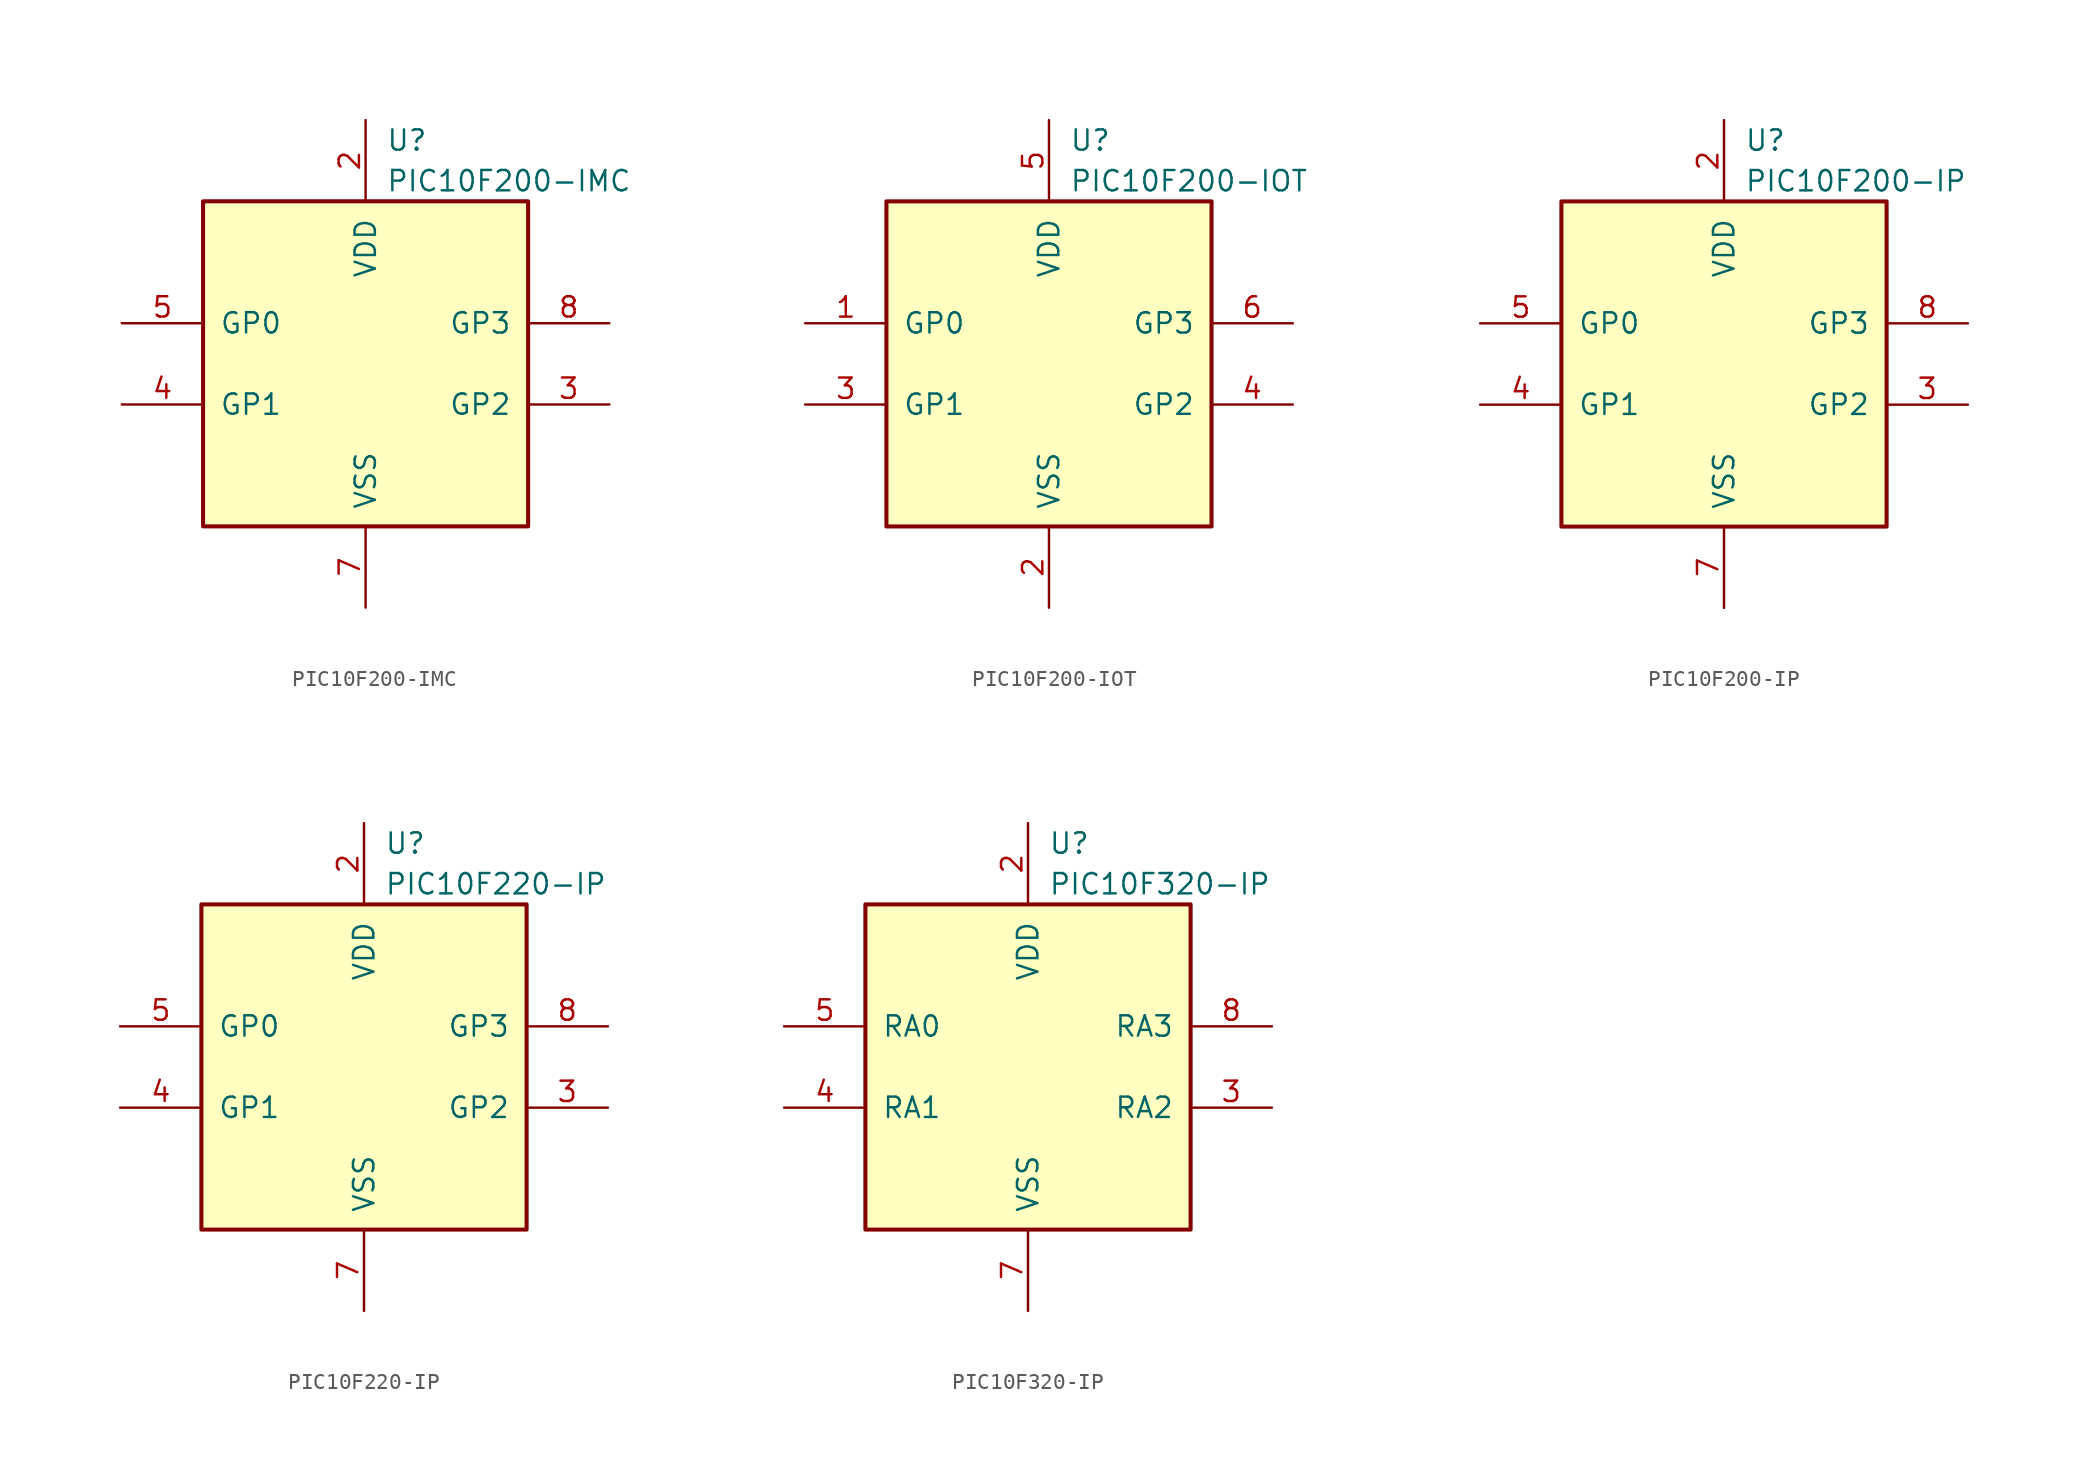
<source format=kicad_sym>
(kicad_symbol_lib
  (version 20201005)
  (generator kicad_symbol_editor)
  (symbol "PIC10F200-IMC"
    (pin_names
      (offset 1.016))
    (property "Reference" "U"
      (at 1.27 13.97 0)
      (effects (font (size 1.27 1.27)) (justify left)))
    (property "Value" "PIC10F200-IMC"
      (at 1.27 11.43 0)
      (effects (font (size 1.27 1.27)) (justify left)))
    (symbol "PIC10F200-IMC_0_1"
      (rectangle (start -10.16 10.16) (end 10.16 -10.16) (stroke (width 0.254)) (fill (type background))))
    (symbol "PIC10F200-IMC_1_1"
      (pin power_in line (at 0 15.24 270) (length 5.08) (name "VDD" (effects (font (size 1.27 1.27)))) (number "2" (effects (font (size 1.27 1.27)))))
      (pin bidirectional line (at 15.24 -2.54 180) (length 5.08) (name "GP2" (effects (font (size 1.27 1.27)))) (number "3" (effects (font (size 1.27 1.27)))))
      (pin bidirectional line (at -15.24 -2.54 0) (length 5.08) (name "GP1" (effects (font (size 1.27 1.27)))) (number "4" (effects (font (size 1.27 1.27)))))
      (pin bidirectional line (at -15.24 2.54 0) (length 5.08) (name "GP0" (effects (font (size 1.27 1.27)))) (number "5" (effects (font (size 1.27 1.27)))))
      (pin power_in line (at 0 -15.24 90) (length 5.08) (name "VSS" (effects (font (size 1.27 1.27)))) (number "7" (effects (font (size 1.27 1.27)))))
      (pin input line (at 15.24 2.54 180) (length 5.08) (name "GP3" (effects (font (size 1.27 1.27)))) (number "8" (effects (font (size 1.27 1.27)))))))
  (symbol "PIC10F200-IOT"
    (pin_names
      (offset 1.016))
    (property "Reference" "U"
      (at 1.27 13.97 0)
      (effects (font (size 1.27 1.27)) (justify left)))
    (property "Value" "PIC10F200-IOT"
      (at 1.27 11.43 0)
      (effects (font (size 1.27 1.27)) (justify left)))
    (symbol "PIC10F200-IOT_0_1"
      (rectangle (start -10.16 10.16) (end 10.16 -10.16) (stroke (width 0.254)) (fill (type background))))
    (symbol "PIC10F200-IOT_1_1"
      (pin bidirectional line (at -15.24 2.54 0) (length 5.08) (name "GP0" (effects (font (size 1.27 1.27)))) (number "1" (effects (font (size 1.27 1.27)))))
      (pin power_in line (at 0 -15.24 90) (length 5.08) (name "VSS" (effects (font (size 1.27 1.27)))) (number "2" (effects (font (size 1.27 1.27)))))
      (pin bidirectional line (at -15.24 -2.54 0) (length 5.08) (name "GP1" (effects (font (size 1.27 1.27)))) (number "3" (effects (font (size 1.27 1.27)))))
      (pin bidirectional line (at 15.24 -2.54 180) (length 5.08) (name "GP2" (effects (font (size 1.27 1.27)))) (number "4" (effects (font (size 1.27 1.27)))))
      (pin power_in line (at 0 15.24 270) (length 5.08) (name "VDD" (effects (font (size 1.27 1.27)))) (number "5" (effects (font (size 1.27 1.27)))))
      (pin input line (at 15.24 2.54 180) (length 5.08) (name "GP3" (effects (font (size 1.27 1.27)))) (number "6" (effects (font (size 1.27 1.27)))))))
  (symbol "PIC10F200-IP"
    (pin_names
      (offset 1.016))
    (property "Reference" "U"
      (at 1.27 13.97 0)
      (effects (font (size 1.27 1.27)) (justify left)))
    (property "Value" "PIC10F200-IP"
      (at 1.27 11.43 0)
      (effects (font (size 1.27 1.27)) (justify left)))
    (symbol "PIC10F200-IP_0_1"
      (rectangle (start -10.16 10.16) (end 10.16 -10.16) (stroke (width 0.254)) (fill (type background))))
    (symbol "PIC10F200-IP_1_1"
      (pin power_in line (at 0 15.24 270) (length 5.08) (name "VDD" (effects (font (size 1.27 1.27)))) (number "2" (effects (font (size 1.27 1.27)))))
      (pin bidirectional line (at 15.24 -2.54 180) (length 5.08) (name "GP2" (effects (font (size 1.27 1.27)))) (number "3" (effects (font (size 1.27 1.27)))))
      (pin bidirectional line (at -15.24 -2.54 0) (length 5.08) (name "GP1" (effects (font (size 1.27 1.27)))) (number "4" (effects (font (size 1.27 1.27)))))
      (pin bidirectional line (at -15.24 2.54 0) (length 5.08) (name "GP0" (effects (font (size 1.27 1.27)))) (number "5" (effects (font (size 1.27 1.27)))))
      (pin power_in line (at 0 -15.24 90) (length 5.08) (name "VSS" (effects (font (size 1.27 1.27)))) (number "7" (effects (font (size 1.27 1.27)))))
      (pin input line (at 15.24 2.54 180) (length 5.08) (name "GP3" (effects (font (size 1.27 1.27)))) (number "8" (effects (font (size 1.27 1.27)))))))
  (symbol "PIC10F220-IP"
    (pin_names
      (offset 1.016))
    (property "Reference" "U"
      (at 1.27 13.97 0)
      (effects (font (size 1.27 1.27)) (justify left)))
    (property "Value" "PIC10F220-IP"
      (at 1.27 11.43 0)
      (effects (font (size 1.27 1.27)) (justify left)))
    (symbol "PIC10F220-IP_0_1"
      (rectangle (start -10.16 10.16) (end 10.16 -10.16) (stroke (width 0.254)) (fill (type background))))
    (symbol "PIC10F220-IP_1_1"
      (pin power_in line (at 0 15.24 270) (length 5.08) (name "VDD" (effects (font (size 1.27 1.27)))) (number "2" (effects (font (size 1.27 1.27)))))
      (pin bidirectional line (at 15.24 -2.54 180) (length 5.08) (name "GP2" (effects (font (size 1.27 1.27)))) (number "3" (effects (font (size 1.27 1.27)))))
      (pin bidirectional line (at -15.24 -2.54 0) (length 5.08) (name "GP1" (effects (font (size 1.27 1.27)))) (number "4" (effects (font (size 1.27 1.27)))))
      (pin bidirectional line (at -15.24 2.54 0) (length 5.08) (name "GP0" (effects (font (size 1.27 1.27)))) (number "5" (effects (font (size 1.27 1.27)))))
      (pin power_in line (at 0 -15.24 90) (length 5.08) (name "VSS" (effects (font (size 1.27 1.27)))) (number "7" (effects (font (size 1.27 1.27)))))
      (pin input line (at 15.24 2.54 180) (length 5.08) (name "GP3" (effects (font (size 1.27 1.27)))) (number "8" (effects (font (size 1.27 1.27)))))))
  (symbol "PIC10F320-IP"
    (pin_names
      (offset 1.016))
    (property "Reference" "U"
      (at 1.27 13.97 0)
      (effects (font (size 1.27 1.27)) (justify left)))
    (property "Value" "PIC10F320-IP"
      (at 1.27 11.43 0)
      (effects (font (size 1.27 1.27)) (justify left)))
    (symbol "PIC10F320-IP_0_1"
      (rectangle (start -10.16 10.16) (end 10.16 -10.16) (stroke (width 0.254)) (fill (type background))))
    (symbol "PIC10F320-IP_1_1"
      (pin power_in line (at 0 15.24 270) (length 5.08) (name "VDD" (effects (font (size 1.27 1.27)))) (number "2" (effects (font (size 1.27 1.27)))))
      (pin bidirectional line (at 15.24 -2.54 180) (length 5.08) (name "RA2" (effects (font (size 1.27 1.27)))) (number "3" (effects (font (size 1.27 1.27)))))
      (pin bidirectional line (at -15.24 -2.54 0) (length 5.08) (name "RA1" (effects (font (size 1.27 1.27)))) (number "4" (effects (font (size 1.27 1.27)))))
      (pin bidirectional line (at -15.24 2.54 0) (length 5.08) (name "RA0" (effects (font (size 1.27 1.27)))) (number "5" (effects (font (size 1.27 1.27)))))
      (pin power_in line (at 0 -15.24 90) (length 5.08) (name "VSS" (effects (font (size 1.27 1.27)))) (number "7" (effects (font (size 1.27 1.27)))))
      (pin input line (at 15.24 2.54 180) (length 5.08) (name "RA3" (effects (font (size 1.27 1.27)))) (number "8" (effects (font (size 1.27 1.27))))))))
</source>
